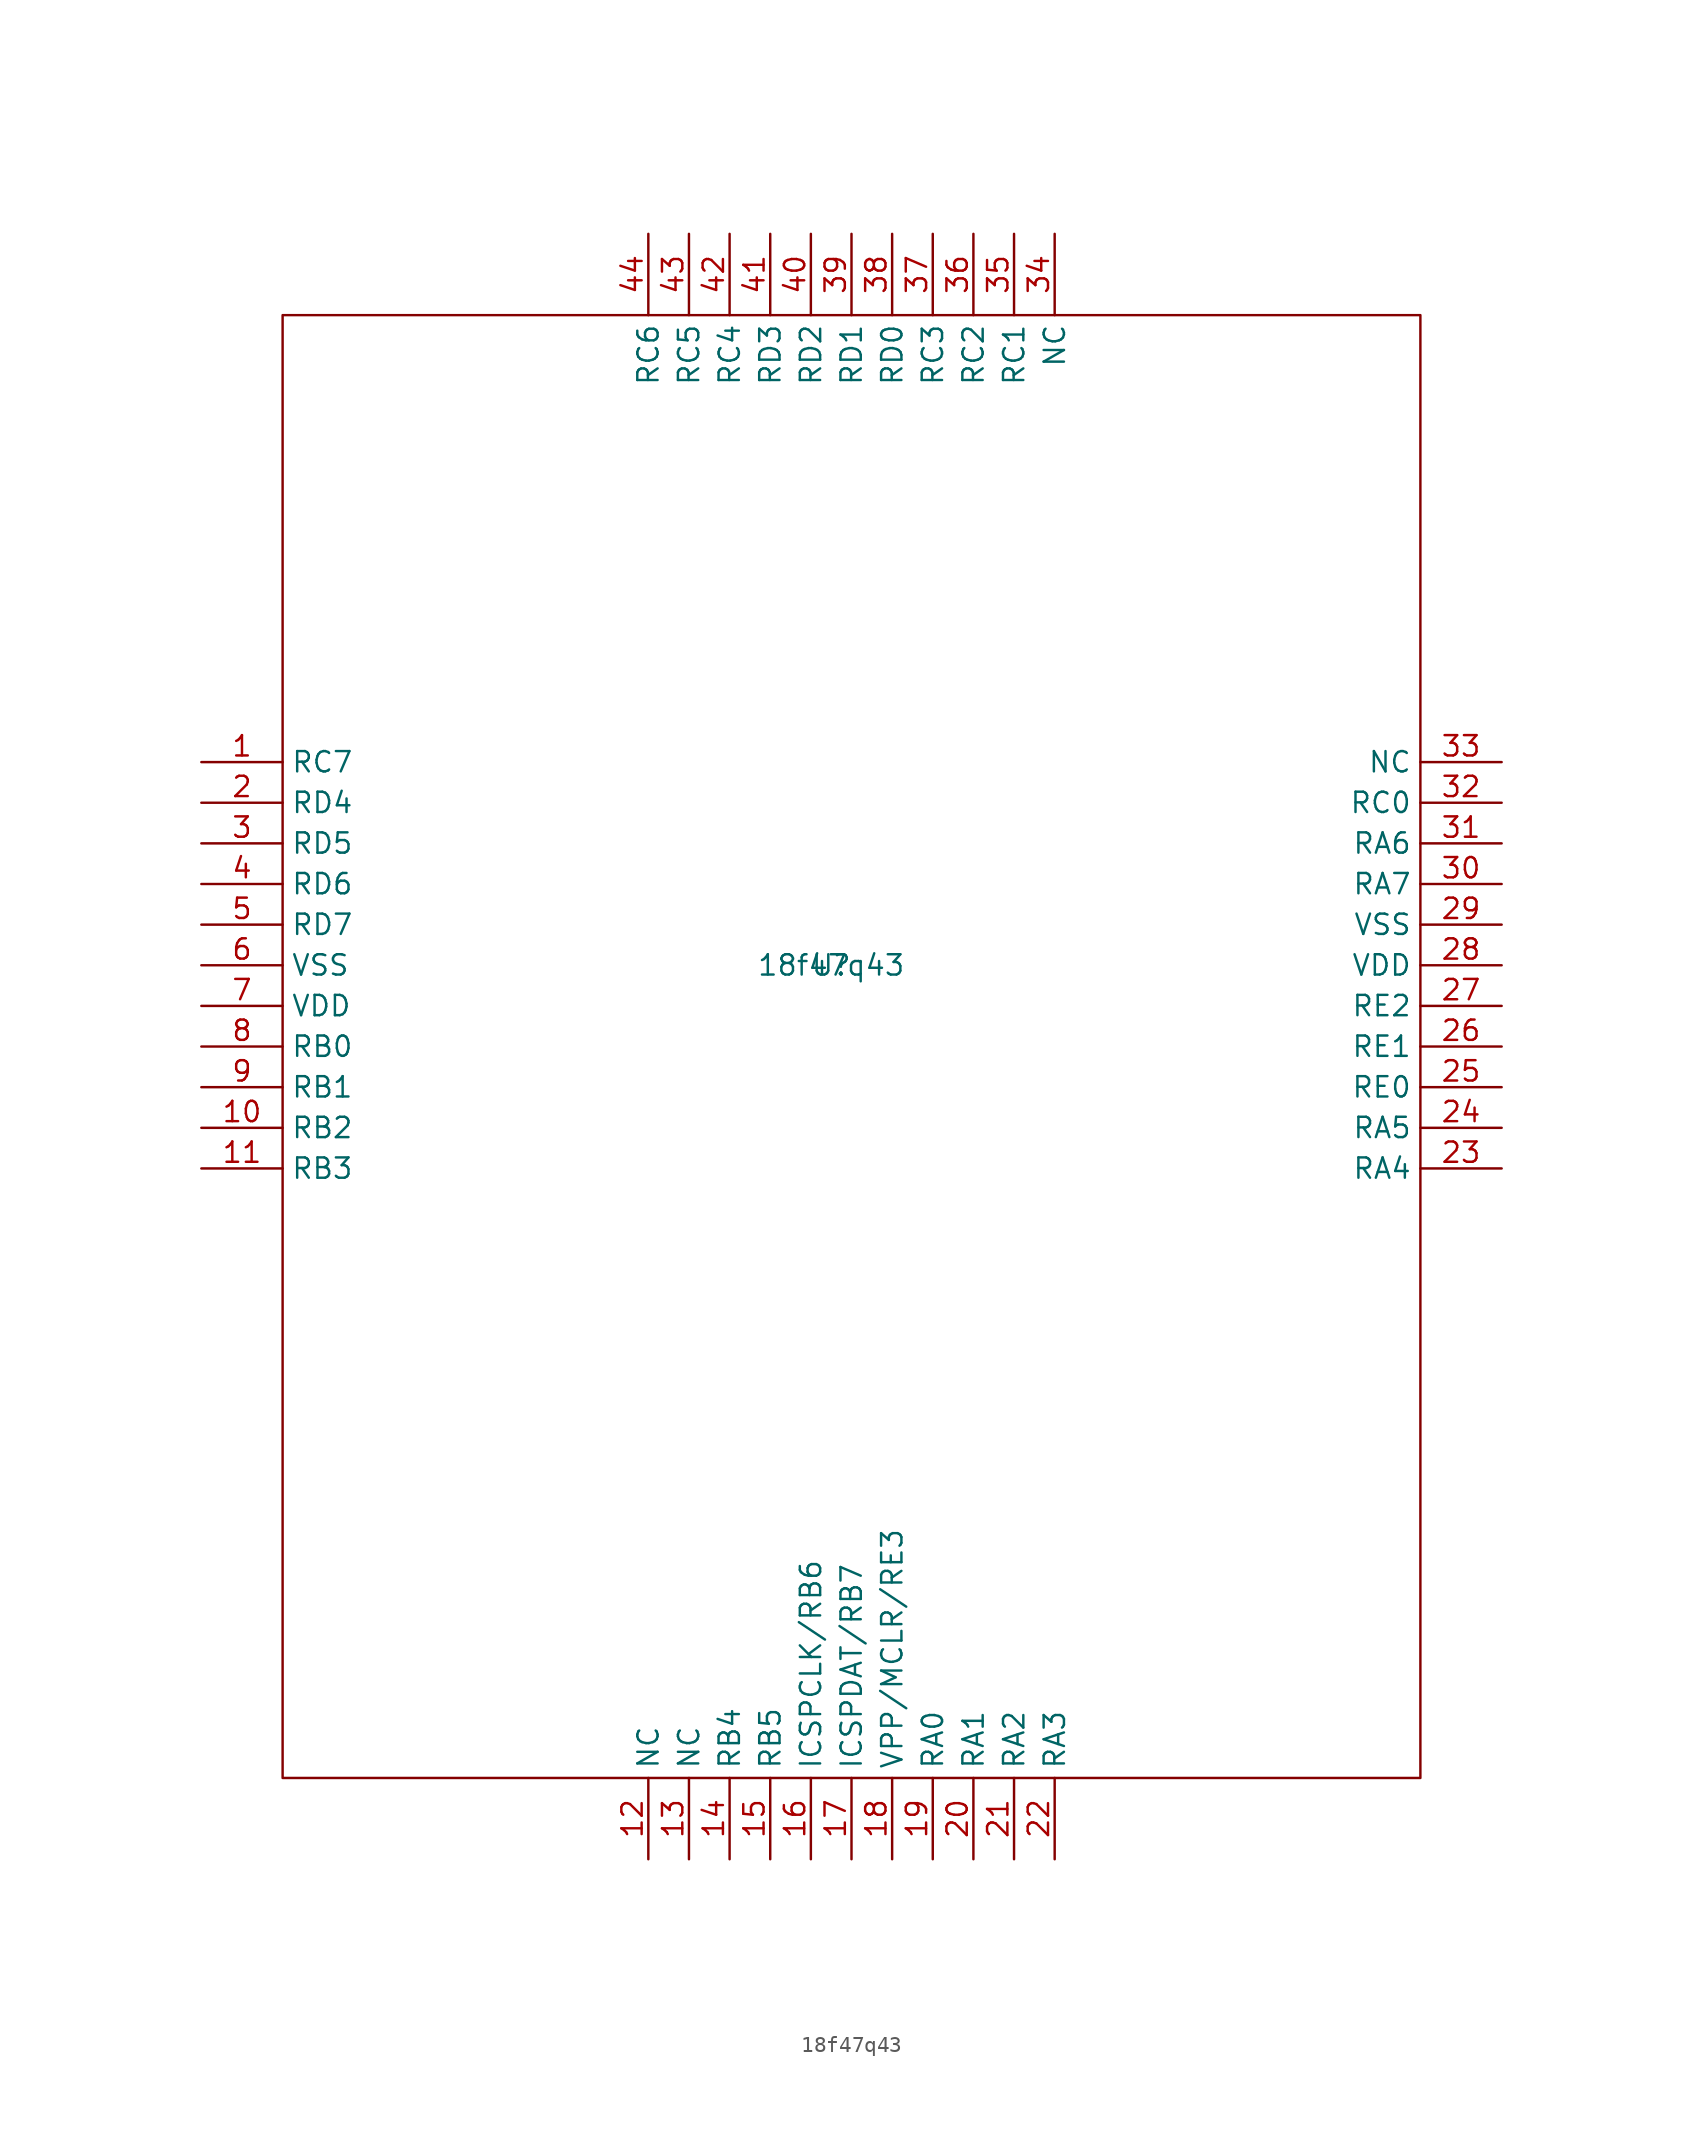
<source format=kicad_sym>
(kicad_symbol_lib
  (version 20211014)
  (generator kicad_symbol_editor)
  (symbol "18f47q43"
    (property "Reference" "U"
      (at 0 0 0)
      (effects (font (size 1.27 1.27))))
    (property "Value" "18f47q43"
      (at 0 0 0)
      (effects (font (size 1.27 1.27))))
    (symbol "18f47q43_0_0"
      (pin unspecified line (at -39.37 12.7 0) (length 5.08) (name "RC7" (effects (font (size 1.27 1.27)))) (number "1" (effects (font (size 1.27 1.27)))))
      (pin unspecified line (at -39.37 -10.16 0) (length 5.08) (name "RB2" (effects (font (size 1.27 1.27)))) (number "10" (effects (font (size 1.27 1.27)))))
      (pin unspecified line (at -39.37 -12.7 0) (length 5.08) (name "RB3" (effects (font (size 1.27 1.27)))) (number "11" (effects (font (size 1.27 1.27)))))
      (pin unspecified line (at -11.43 -55.88 90) (length 5.08) (name "NC" (effects (font (size 1.27 1.27)))) (number "12" (effects (font (size 1.27 1.27)))))
      (pin unspecified line (at -8.89 -55.88 90) (length 5.08) (name "NC" (effects (font (size 1.27 1.27)))) (number "13" (effects (font (size 1.27 1.27)))))
      (pin unspecified line (at -6.35 -55.88 90) (length 5.08) (name "RB4" (effects (font (size 1.27 1.27)))) (number "14" (effects (font (size 1.27 1.27)))))
      (pin unspecified line (at -3.81 -55.88 90) (length 5.08) (name "RB5" (effects (font (size 1.27 1.27)))) (number "15" (effects (font (size 1.27 1.27)))))
      (pin unspecified line (at -1.27 -55.88 90) (length 5.08) (name "ICSPCLK/RB6" (effects (font (size 1.27 1.27)))) (number "16" (effects (font (size 1.27 1.27)))))
      (pin unspecified line (at 1.27 -55.88 90) (length 5.08) (name "ICSPDAT/RB7" (effects (font (size 1.27 1.27)))) (number "17" (effects (font (size 1.27 1.27)))))
      (pin unspecified line (at 3.81 -55.88 90) (length 5.08) (name "VPP/MCLR/RE3" (effects (font (size 1.27 1.27)))) (number "18" (effects (font (size 1.27 1.27)))))
      (pin unspecified line (at 6.35 -55.88 90) (length 5.08) (name "RA0" (effects (font (size 1.27 1.27)))) (number "19" (effects (font (size 1.27 1.27)))))
      (pin unspecified line (at -39.37 10.16 0) (length 5.08) (name "RD4" (effects (font (size 1.27 1.27)))) (number "2" (effects (font (size 1.27 1.27)))))
      (pin unspecified line (at 8.89 -55.88 90) (length 5.08) (name "RA1" (effects (font (size 1.27 1.27)))) (number "20" (effects (font (size 1.27 1.27)))))
      (pin unspecified line (at 11.43 -55.88 90) (length 5.08) (name "RA2" (effects (font (size 1.27 1.27)))) (number "21" (effects (font (size 1.27 1.27)))))
      (pin unspecified line (at 13.97 -55.88 90) (length 5.08) (name "RA3" (effects (font (size 1.27 1.27)))) (number "22" (effects (font (size 1.27 1.27)))))
      (pin unspecified line (at 41.91 -12.7 180) (length 5.08) (name "RA4" (effects (font (size 1.27 1.27)))) (number "23" (effects (font (size 1.27 1.27)))))
      (pin unspecified line (at 41.91 -10.16 180) (length 5.08) (name "RA5" (effects (font (size 1.27 1.27)))) (number "24" (effects (font (size 1.27 1.27)))))
      (pin unspecified line (at 41.91 -7.62 180) (length 5.08) (name "RE0" (effects (font (size 1.27 1.27)))) (number "25" (effects (font (size 1.27 1.27)))))
      (pin unspecified line (at 41.91 -5.08 180) (length 5.08) (name "RE1" (effects (font (size 1.27 1.27)))) (number "26" (effects (font (size 1.27 1.27)))))
      (pin unspecified line (at 41.91 -2.54 180) (length 5.08) (name "RE2" (effects (font (size 1.27 1.27)))) (number "27" (effects (font (size 1.27 1.27)))))
      (pin unspecified line (at 41.91 0 180) (length 5.08) (name "VDD" (effects (font (size 1.27 1.27)))) (number "28" (effects (font (size 1.27 1.27)))))
      (pin unspecified line (at 41.91 2.54 180) (length 5.08) (name "VSS" (effects (font (size 1.27 1.27)))) (number "29" (effects (font (size 1.27 1.27)))))
      (pin unspecified line (at -39.37 7.62 0) (length 5.08) (name "RD5" (effects (font (size 1.27 1.27)))) (number "3" (effects (font (size 1.27 1.27)))))
      (pin unspecified line (at 41.91 5.08 180) (length 5.08) (name "RA7" (effects (font (size 1.27 1.27)))) (number "30" (effects (font (size 1.27 1.27)))))
      (pin unspecified line (at 41.91 7.62 180) (length 5.08) (name "RA6" (effects (font (size 1.27 1.27)))) (number "31" (effects (font (size 1.27 1.27)))))
      (pin unspecified line (at 41.91 10.16 180) (length 5.08) (name "RC0" (effects (font (size 1.27 1.27)))) (number "32" (effects (font (size 1.27 1.27)))))
      (pin unspecified line (at 41.91 12.7 180) (length 5.08) (name "NC" (effects (font (size 1.27 1.27)))) (number "33" (effects (font (size 1.27 1.27)))))
      (pin unspecified line (at 13.97 45.72 270) (length 5.08) (name "NC" (effects (font (size 1.27 1.27)))) (number "34" (effects (font (size 1.27 1.27)))))
      (pin unspecified line (at 11.43 45.72 270) (length 5.08) (name "RC1" (effects (font (size 1.27 1.27)))) (number "35" (effects (font (size 1.27 1.27)))))
      (pin unspecified line (at 8.89 45.72 270) (length 5.08) (name "RC2" (effects (font (size 1.27 1.27)))) (number "36" (effects (font (size 1.27 1.27)))))
      (pin unspecified line (at 6.35 45.72 270) (length 5.08) (name "RC3" (effects (font (size 1.27 1.27)))) (number "37" (effects (font (size 1.27 1.27)))))
      (pin unspecified line (at 3.81 45.72 270) (length 5.08) (name "RD0" (effects (font (size 1.27 1.27)))) (number "38" (effects (font (size 1.27 1.27)))))
      (pin unspecified line (at 1.27 45.72 270) (length 5.08) (name "RD1" (effects (font (size 1.27 1.27)))) (number "39" (effects (font (size 1.27 1.27)))))
      (pin unspecified line (at -39.37 5.08 0) (length 5.08) (name "RD6" (effects (font (size 1.27 1.27)))) (number "4" (effects (font (size 1.27 1.27)))))
      (pin unspecified line (at -1.27 45.72 270) (length 5.08) (name "RD2" (effects (font (size 1.27 1.27)))) (number "40" (effects (font (size 1.27 1.27)))))
      (pin unspecified line (at -3.81 45.72 270) (length 5.08) (name "RD3" (effects (font (size 1.27 1.27)))) (number "41" (effects (font (size 1.27 1.27)))))
      (pin unspecified line (at -6.35 45.72 270) (length 5.08) (name "RC4" (effects (font (size 1.27 1.27)))) (number "42" (effects (font (size 1.27 1.27)))))
      (pin unspecified line (at -8.89 45.72 270) (length 5.08) (name "RC5" (effects (font (size 1.27 1.27)))) (number "43" (effects (font (size 1.27 1.27)))))
      (pin unspecified line (at -11.43 45.72 270) (length 5.08) (name "RC6" (effects (font (size 1.27 1.27)))) (number "44" (effects (font (size 1.27 1.27)))))
      (pin unspecified line (at -39.37 2.54 0) (length 5.08) (name "RD7" (effects (font (size 1.27 1.27)))) (number "5" (effects (font (size 1.27 1.27)))))
      (pin unspecified line (at -39.37 0 0) (length 5.08) (name "VSS" (effects (font (size 1.27 1.27)))) (number "6" (effects (font (size 1.27 1.27)))))
      (pin unspecified line (at -39.37 -2.54 0) (length 5.08) (name "VDD" (effects (font (size 1.27 1.27)))) (number "7" (effects (font (size 1.27 1.27)))))
      (pin unspecified line (at -39.37 -5.08 0) (length 5.08) (name "RB0" (effects (font (size 1.27 1.27)))) (number "8" (effects (font (size 1.27 1.27)))))
      (pin unspecified line (at -39.37 -7.62 0) (length 5.08) (name "RB1" (effects (font (size 1.27 1.27)))) (number "9" (effects (font (size 1.27 1.27))))))
    (symbol "18f47q43_0_1"
      (polyline (pts (xy -34.29 40.64) (xy 36.83 40.64) (xy 36.83 -50.8) (xy -34.29 -50.8) (xy -34.29 40.64)) (stroke (width 0.152) (type default) (color 0 0 0 0)) (fill (type none))))))
</source>
